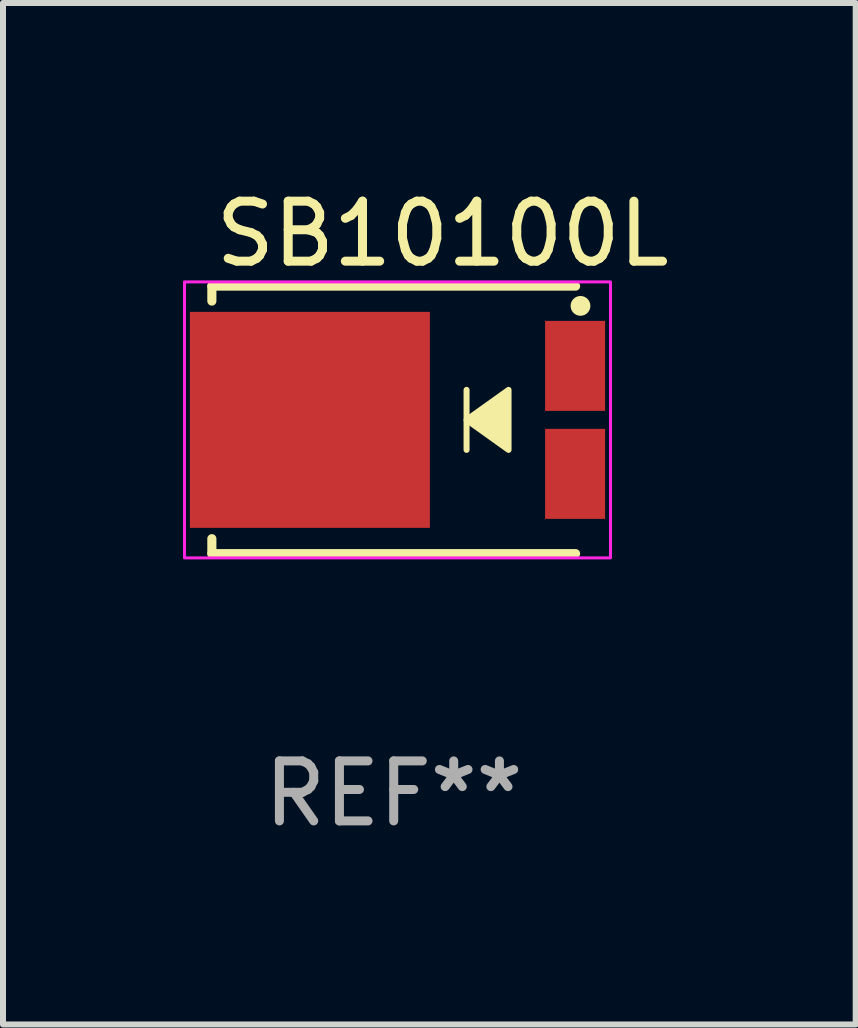
<source format=kicad_pcb>
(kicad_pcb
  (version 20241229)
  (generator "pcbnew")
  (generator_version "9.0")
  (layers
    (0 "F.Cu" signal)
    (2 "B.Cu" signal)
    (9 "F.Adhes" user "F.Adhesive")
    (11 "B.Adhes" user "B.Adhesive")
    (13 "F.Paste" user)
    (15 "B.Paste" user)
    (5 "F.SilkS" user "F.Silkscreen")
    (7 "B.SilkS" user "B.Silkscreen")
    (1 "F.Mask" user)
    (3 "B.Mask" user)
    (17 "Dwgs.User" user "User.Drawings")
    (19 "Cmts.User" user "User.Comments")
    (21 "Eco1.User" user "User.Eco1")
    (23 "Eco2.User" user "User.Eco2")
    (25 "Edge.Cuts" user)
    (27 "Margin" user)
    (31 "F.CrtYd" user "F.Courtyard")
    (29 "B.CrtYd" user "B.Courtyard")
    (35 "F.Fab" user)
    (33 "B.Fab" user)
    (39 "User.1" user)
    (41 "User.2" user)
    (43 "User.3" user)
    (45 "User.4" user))
  (footprint "SB10100L"
    (layer "F.Cu")
    (at 4.325 3.948)
    (property "Reference" "SB10100L" (at 0 -3.1 0) (layer "F.SilkS") (effects (font (size 1 1) (thickness 0.15))))
    (attr smd)
    (fp_line (start -3.844 -2.229) (end -3.844 -1.98) (stroke (width 0.152) (type solid)) (layer "F.SilkS"))
    (fp_line (start -3.844 1.98) (end -3.844 2.229) (stroke (width 0.152) (type solid)) (layer "F.SilkS"))
    (fp_line (start 0.401 -0.5) (end 0.401 0.5) (stroke (width 0.1) (type default)) (layer "F.SilkS"))
    (fp_line (start 2.218 -2.229) (end -3.844 -2.229) (stroke (width 0.152) (type solid)) (layer "F.SilkS"))
    (fp_line (start 2.218 2.229) (end -3.844 2.229) (stroke (width 0.152) (type solid)) (layer "F.SilkS"))
    (fp_circle (center 2.3 -1.9) (end 2.435 -1.9) (stroke (width 0.06) (type solid)) (fill yes) (layer "F.SilkS"))
    (fp_poly (pts (xy 1.101 0.5) (xy 1.101 -0.5) (xy 0.401 0)) (stroke (width 0.1) (type solid)) (fill yes) (layer "F.SilkS"))
    (fp_rect (start -4.3 -2.3) (end 2.8 2.3) (stroke (width 0.05) (type default)) (fill no) (layer "F.CrtYd"))
    (fp_text user "REF**" (at -0.813 6.229 0) (layer "F.Fab") (effects (font (size 1 1) (thickness 0.15))))
    (pad "1" smd rect (at 2.21 -0.9) (size 1 1.5) (layers "F.Cu" "F.Mask" "F.Paste"))
    (pad "2" smd rect (at 2.21 0.9) (size 1 1.5) (layers "F.Cu" "F.Mask" "F.Paste"))
    (pad "3" smd rect (at -2.21 0.000025) (size 4 3.6) (layers "F.Cu" "F.Mask" "F.Paste")))
  (gr_rect
    (start -3 -3)
    (end 11.212 14.025)
    (stroke (width 0.1) (type default))
    (fill no)
    (layer "Edge.Cuts")))
</source>
